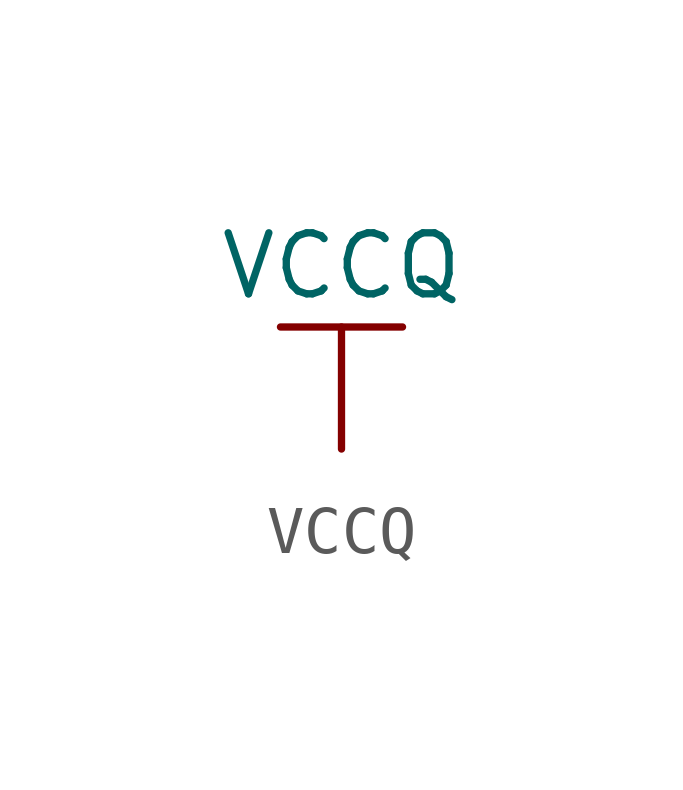
<source format=kicad_sym>
(kicad_symbol_lib
  (version 20220914)
  (generator kicad_symbol_editor)
  (symbol "VCCQ"
    (power)
    (pin_names
      (offset 0))
    (property "Reference" "#PWR"
      (at 0 -3.81 0)
      (effects (font (size 1.27 1.27)) hide))
    (property "Value" "VCCQ"
      (at 0 3.81 0)
      (effects (font (size 1.27 1.27))))
    (symbol "VCCQ_1_1"
      (polyline (pts (xy -1.27 2.54) (xy 1.27 2.54)) (stroke (width 0) (type solid)) (fill (type none)))
      (polyline (pts (xy 0 0) (xy 0 2.54)) (stroke (width 0) (type solid)) (fill (type none)))
      (pin power_in line (at 0 0 90) (length 0) hide (name "VCCQ" (effects (font (size 1.27 1.27)))) (number "1" (effects (font (size 1.27 1.27))))))))
</source>
